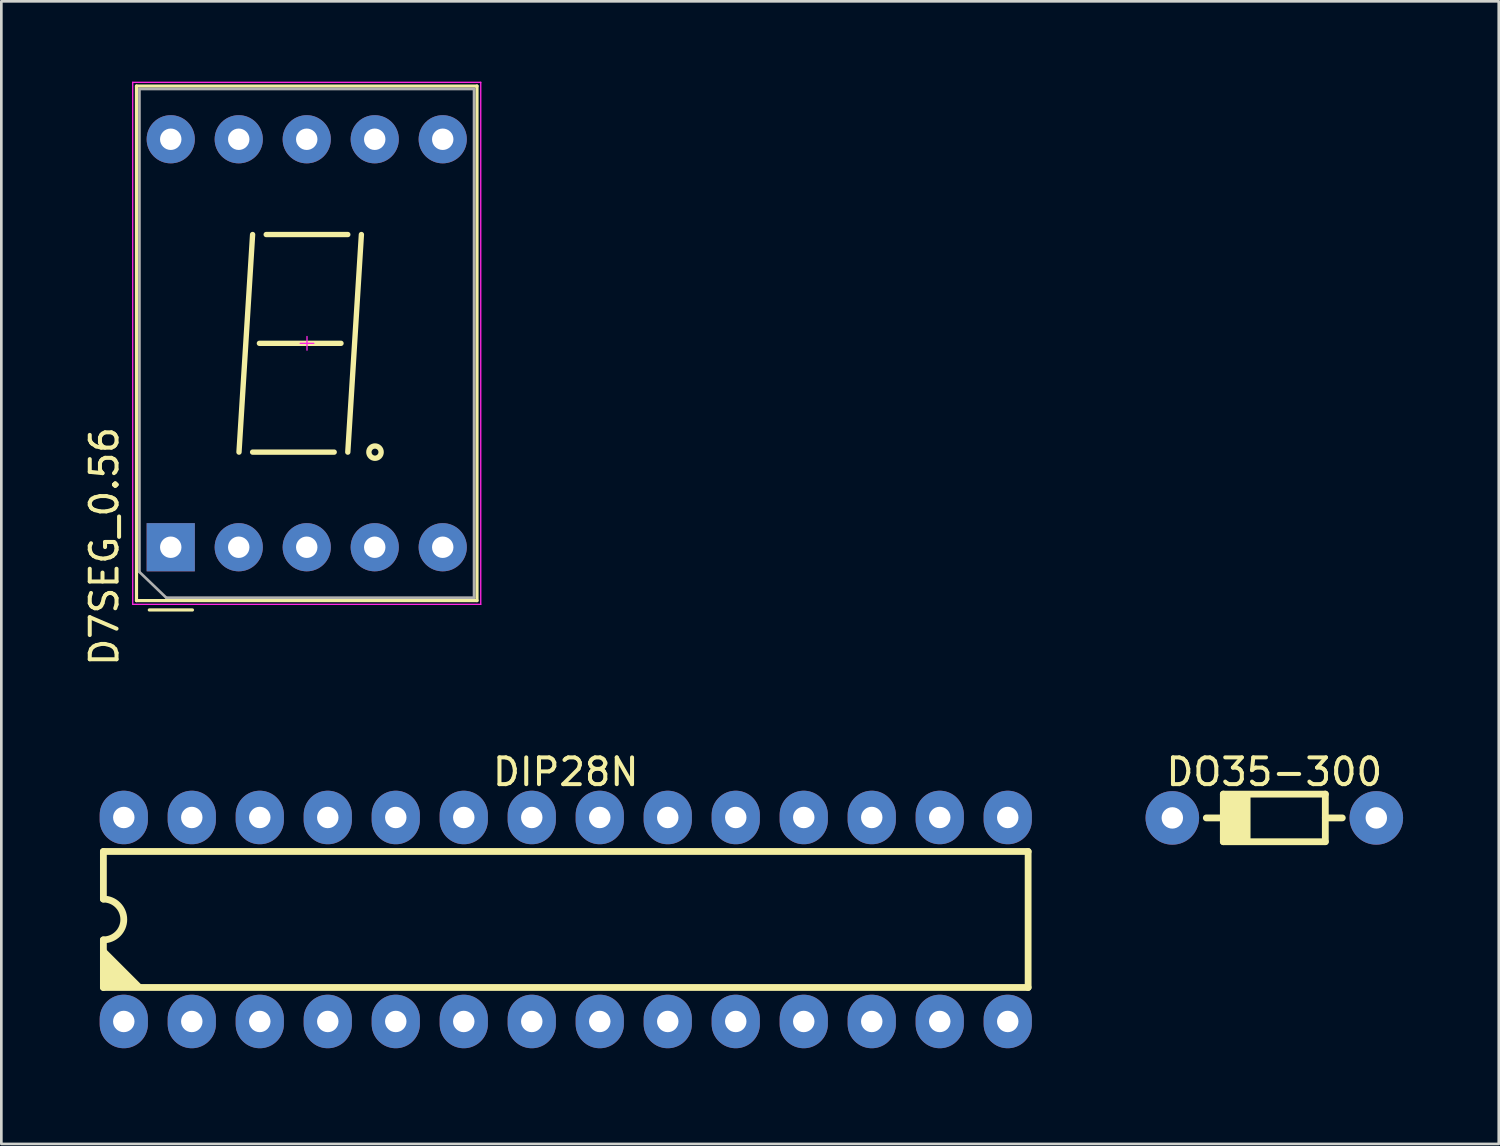
<source format=kicad_pcb>
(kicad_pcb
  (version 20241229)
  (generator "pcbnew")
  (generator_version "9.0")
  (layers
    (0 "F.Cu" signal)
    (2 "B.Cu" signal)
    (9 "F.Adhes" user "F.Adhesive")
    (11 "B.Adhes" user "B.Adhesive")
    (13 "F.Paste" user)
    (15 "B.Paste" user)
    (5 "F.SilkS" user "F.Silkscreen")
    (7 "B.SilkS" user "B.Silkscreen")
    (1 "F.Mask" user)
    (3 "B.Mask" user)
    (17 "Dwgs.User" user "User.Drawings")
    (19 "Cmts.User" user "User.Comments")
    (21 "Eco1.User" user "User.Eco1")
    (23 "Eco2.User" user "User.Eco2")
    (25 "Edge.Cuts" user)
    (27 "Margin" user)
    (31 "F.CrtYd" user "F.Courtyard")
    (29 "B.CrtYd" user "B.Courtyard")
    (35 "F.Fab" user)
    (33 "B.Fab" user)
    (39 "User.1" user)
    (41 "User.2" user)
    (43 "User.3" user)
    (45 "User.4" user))
  (footprint "DO35-300"
    (layer "F.Cu")
    (at 44.552 27.503)
    (property "Reference" "DO35-300" (at 0 -1.716 0) (layer "F.SilkS") (effects (font (size 1 1) (thickness 0.15))))
    (fp_line (start -2.54 0) (end -1.905 0) (stroke (width 0.254) (type solid)) (layer "F.SilkS"))
    (fp_line (start -1.905 -0.889) (end 1.905 -0.889) (stroke (width 0.254) (type solid)) (layer "F.SilkS"))
    (fp_line (start -1.905 0.889) (end -1.905 -0.889) (stroke (width 0.254) (type solid)) (layer "F.SilkS"))
    (fp_line (start -1.905 0.889) (end 1.905 0.889) (stroke (width 0.254) (type solid)) (layer "F.SilkS"))
    (fp_line (start 1.905 0) (end 2.54 0) (stroke (width 0.254) (type solid)) (layer "F.SilkS"))
    (fp_line (start 1.905 0.889) (end 1.905 -0.889) (stroke (width 0.254) (type solid)) (layer "F.SilkS"))
    (fp_rect (start -1.905 0.889) (end -0.889 -0.889) (stroke (width 0) (type default)) (fill yes) (layer "F.SilkS"))
    (fp_line (start -5.334 -1.524) (end 5.334 -1.524) (stroke (width 0.1) (type solid)) (layer "Eco2.User"))
    (fp_line (start -5.334 1.524) (end -5.334 -1.524) (stroke (width 0.1) (type solid)) (layer "Eco2.User"))
    (fp_line (start -5.334 1.524) (end 5.334 1.524) (stroke (width 0.1) (type solid)) (layer "Eco2.User"))
    (fp_line (start 5.334 1.524) (end 5.334 -1.524) (stroke (width 0.1) (type solid)) (layer "Eco2.User"))
    (fp_circle (center 0 0) (end 0 -0.199) (stroke (width 0.4) (type solid)) (fill no) (layer "Eco2.User"))
    (pad "A" thru_hole circle (at 3.81 0) (size 2 2) (drill 0.8) (layers "*.Cu" "*.Mask"))
    (pad "K" thru_hole circle (at -3.81 0) (size 2 2) (drill 0.8) (layers "*.Cu" "*.Mask")))
  (footprint "DIP28N"
    (layer "F.Cu")
    (at 18.084 31.297)
    (property "Reference" "DIP28N" (at 0 -5.51 0) (layer "F.SilkS") (effects (font (size 1 1) (thickness 0.15))))
    (fp_line (start -17.272 -2.54) (end 17.272 -2.54) (stroke (width 0.254) (type solid)) (layer "F.SilkS"))
    (fp_line (start -17.272 -0.762) (end -17.272 -2.54) (stroke (width 0.254) (type solid)) (layer "F.SilkS"))
    (fp_line (start -17.272 2.54) (end -17.272 0.762) (stroke (width 0.254) (type solid)) (layer "F.SilkS"))
    (fp_line (start -17.272 2.54) (end 17.272 2.54) (stroke (width 0.254) (type solid)) (layer "F.SilkS"))
    (fp_line (start 17.272 2.54) (end 17.272 -2.54) (stroke (width 0.254) (type solid)) (layer "F.SilkS"))
    (fp_arc (start -17.272 -0.762) (mid -16.51 0) (end -17.272 0.762) (stroke (width 0.254) (type solid)) (layer "F.SilkS"))
    (fp_poly (pts (xy -17.272 1.016) (xy -15.748 2.54) (xy -17.272 2.54)) (stroke (width 0) (type default)) (fill yes) (layer "F.SilkS"))
    (fp_line (start -18.034 -5.334) (end -7.366 -5.334) (stroke (width 0.1) (type solid)) (layer "Eco2.User"))
    (fp_line (start -18.034 5.334) (end -18.034 -5.334) (stroke (width 0.1) (type solid)) (layer "Eco2.User"))
    (fp_line (start -18.034 5.334) (end 18.034 5.334) (stroke (width 0.1) (type solid)) (layer "Eco2.User"))
    (fp_line (start -7.366 -5.334) (end 18.034 -5.334) (stroke (width 0.1) (type solid)) (layer "Eco2.User"))
    (fp_line (start 18.034 5.334) (end 18.034 -5.334) (stroke (width 0.1) (type solid)) (layer "Eco2.User"))
    (fp_circle (center 0 0) (end 0 -0.076) (stroke (width 0.254) (type solid)) (fill no) (layer "Eco2.User"))
    (pad "1" thru_hole oval (at -16.51 3.81) (size 1.8 2) (drill 0.8) (layers "*.Cu" "*.Mask"))
    (pad "2" thru_hole oval (at -13.97 3.81) (size 1.8 2) (drill 0.8) (layers "*.Cu" "*.Mask"))
    (pad "3" thru_hole oval (at -11.43 3.81) (size 1.8 2) (drill 0.8) (layers "*.Cu" "*.Mask"))
    (pad "4" thru_hole oval (at -8.89 3.81) (size 1.8 2) (drill 0.8) (layers "*.Cu" "*.Mask"))
    (pad "5" thru_hole oval (at -6.35 3.81) (size 1.8 2) (drill 0.8) (layers "*.Cu" "*.Mask"))
    (pad "6" thru_hole oval (at -3.81 3.81) (size 1.8 2) (drill 0.8) (layers "*.Cu" "*.Mask"))
    (pad "7" thru_hole oval (at -1.27 3.81) (size 1.8 2) (drill 0.8) (layers "*.Cu" "*.Mask"))
    (pad "8" thru_hole oval (at 1.27 3.81) (size 1.8 2) (drill 0.8) (layers "*.Cu" "*.Mask"))
    (pad "9" thru_hole oval (at 3.81 3.81 180) (size 1.8 2) (drill 0.8) (layers "*.Cu" "*.Mask"))
    (pad "10" thru_hole oval (at 6.35 3.81 180) (size 1.8 2) (drill 0.8) (layers "*.Cu" "*.Mask"))
    (pad "11" thru_hole oval (at 8.89 3.81 180) (size 1.8 2) (drill 0.8) (layers "*.Cu" "*.Mask"))
    (pad "12" thru_hole oval (at 11.43 3.81 180) (size 1.8 2) (drill 0.8) (layers "*.Cu" "*.Mask"))
    (pad "13" thru_hole oval (at 13.97 3.81 180) (size 1.8 2) (drill 0.8) (layers "*.Cu" "*.Mask"))
    (pad "14" thru_hole oval (at 16.51 3.81 180) (size 1.8 2) (drill 0.8) (layers "*.Cu" "*.Mask"))
    (pad "15" thru_hole oval (at 16.51 -3.81) (size 1.8 2) (drill 0.8) (layers "*.Cu" "*.Mask"))
    (pad "16" thru_hole oval (at 13.97 -3.81) (size 1.8 2) (drill 0.8) (layers "*.Cu" "*.Mask"))
    (pad "17" thru_hole oval (at 11.43 -3.81) (size 1.8 2) (drill 0.8) (layers "*.Cu" "*.Mask"))
    (pad "18" thru_hole oval (at 8.89 -3.81) (size 1.8 2) (drill 0.8) (layers "*.Cu" "*.Mask"))
    (pad "19" thru_hole oval (at 6.35 -3.81) (size 1.8 2) (drill 0.8) (layers "*.Cu" "*.Mask"))
    (pad "20" thru_hole oval (at 3.81 -3.81) (size 1.8 2) (drill 0.8) (layers "*.Cu" "*.Mask"))
    (pad "21" thru_hole oval (at 1.27 -3.81) (size 1.8 2) (drill 0.8) (layers "*.Cu" "*.Mask"))
    (pad "22" thru_hole oval (at -1.27 -3.81) (size 1.8 2) (drill 0.8) (layers "*.Cu" "*.Mask"))
    (pad "23" thru_hole oval (at -3.81 -3.81) (size 1.8 2) (drill 0.8) (layers "*.Cu" "*.Mask"))
    (pad "24" thru_hole oval (at -6.35 -3.81) (size 1.8 2) (drill 0.8) (layers "*.Cu" "*.Mask"))
    (pad "25" thru_hole oval (at -8.89 -3.81) (size 1.8 2) (drill 0.8) (layers "*.Cu" "*.Mask"))
    (pad "26" thru_hole oval (at -11.43 -3.81) (size 1.8 2) (drill 0.8) (layers "*.Cu" "*.Mask"))
    (pad "27" thru_hole oval (at -13.97 -3.81) (size 1.8 2) (drill 0.8) (layers "*.Cu" "*.Mask"))
    (pad "28" thru_hole oval (at -16.51 -3.81) (size 1.8 2) (drill 0.8) (layers "*.Cu" "*.Mask")))
  (footprint "D7SEG_0.56"
    (layer "F.Cu")
    (at 8.418 9.775)
    (property "Reference" "D7SEG_0.56" (at -7.57 7.587 90) (layer "F.SilkS") (effects (font (size 1 1) (thickness 0.15))))
    (attr through_hole)
    (fp_line (start -6.37 -9.61) (end -6.37 9.61) (stroke (width 0.12) (type solid)) (layer "F.SilkS"))
    (fp_line (start -6.37 -9.61) (end 6.35 -9.61) (stroke (width 0.12) (type solid)) (layer "F.SilkS"))
    (fp_line (start -6.37 9.61) (end 6.35 9.61) (stroke (width 0.12) (type solid)) (layer "F.SilkS"))
    (fp_line (start -5.89 9.96) (end -4.28 9.96) (stroke (width 0.12) (type solid)) (layer "F.SilkS"))
    (fp_line (start -2.54 4.064) (end -2.032 -4.064) (stroke (width 0.2) (type default)) (layer "F.SilkS"))
    (fp_line (start 1.016 4.064) (end -2.032 4.064) (stroke (width 0.2) (type default)) (layer "F.SilkS"))
    (fp_line (start 1.27 0) (end -1.778 0) (stroke (width 0.2) (type default)) (layer "F.SilkS"))
    (fp_line (start 1.524 -4.064) (end -1.524 -4.064) (stroke (width 0.2) (type default)) (layer "F.SilkS"))
    (fp_line (start 2.032 -4.064) (end 1.524 4.064) (stroke (width 0.2) (type default)) (layer "F.SilkS"))
    (fp_line (start 6.35 -9.61) (end 6.35 9.61) (stroke (width 0.12) (type solid)) (layer "F.SilkS"))
    (fp_circle (center 2.54 4.064) (end 2.769 4.064) (stroke (width 0.2) (type default)) (fill no) (layer "F.SilkS"))
    (fp_line (start -6.51 -9.75) (end -6.51 9.75) (stroke (width 0.05) (type solid)) (layer "F.CrtYd"))
    (fp_line (start -6.51 -9.75) (end 6.49 -9.75) (stroke (width 0.05) (type solid)) (layer "F.CrtYd"))
    (fp_line (start -6.51 9.75) (end 6.49 9.75) (stroke (width 0.05) (type solid)) (layer "F.CrtYd"))
    (fp_line (start -0.254 0) (end 0.254 0) (stroke (width 0.05) (type default)) (layer "F.CrtYd"))
    (fp_line (start 0 -0.254) (end 0 0.254) (stroke (width 0.05) (type default)) (layer "F.CrtYd"))
    (fp_line (start 6.49 -9.75) (end 6.49 9.75) (stroke (width 0.05) (type solid)) (layer "F.CrtYd"))
    (fp_line (start -6.26 -9.5) (end -6.26 8.54) (stroke (width 0.1) (type solid)) (layer "F.Fab"))
    (fp_line (start -6.26 -9.5) (end 6.24 -9.5) (stroke (width 0.1) (type solid)) (layer "F.Fab"))
    (fp_line (start -6.26 8.54) (end -5.26 9.5) (stroke (width 0.1) (type solid)) (layer "F.Fab"))
    (fp_line (start -5.26 9.5) (end 6.24 9.5) (stroke (width 0.1) (type solid)) (layer "F.Fab"))
    (fp_line (start 6.24 -9.5) (end 6.24 9.5) (stroke (width 0.1) (type solid)) (layer "F.Fab"))
    (pad "1" thru_hole rect (at -5.09 7.617) (size 1.8 1.8) (drill 0.8) (layers "*.Cu" "*.Mask"))
    (pad "2" thru_hole circle (at -2.55 7.617) (size 1.8 1.8) (drill 0.8) (layers "*.Cu" "*.Mask"))
    (pad "3" thru_hole circle (at -0.01 7.617) (size 1.8 1.8) (drill 0.8) (layers "*.Cu" "*.Mask"))
    (pad "4" thru_hole circle (at 2.53 7.617) (size 1.8 1.8) (drill 0.8) (layers "*.Cu" "*.Mask"))
    (pad "5" thru_hole circle (at 5.07 7.617) (size 1.8 1.8) (drill 0.8) (layers "*.Cu" "*.Mask"))
    (pad "6" thru_hole circle (at 5.07 -7.623) (size 1.8 1.8) (drill 0.8) (layers "*.Cu" "*.Mask"))
    (pad "7" thru_hole circle (at 2.53 -7.623) (size 1.8 1.8) (drill 0.8) (layers "*.Cu" "*.Mask"))
    (pad "8" thru_hole circle (at -0.01 -7.623) (size 1.8 1.8) (drill 0.8) (layers "*.Cu" "*.Mask"))
    (pad "9" thru_hole circle (at -2.55 -7.623) (size 1.8 1.8) (drill 0.8) (layers "*.Cu" "*.Mask"))
    (pad "10" thru_hole circle (at -5.09 -7.623) (size 1.8 1.8) (drill 0.8) (layers "*.Cu" "*.Mask")))
  (gr_rect
    (start -3 -3)
    (end 52.936 39.681)
    (stroke (width 0.1) (type default))
    (fill no)
    (layer "Edge.Cuts")))
</source>
